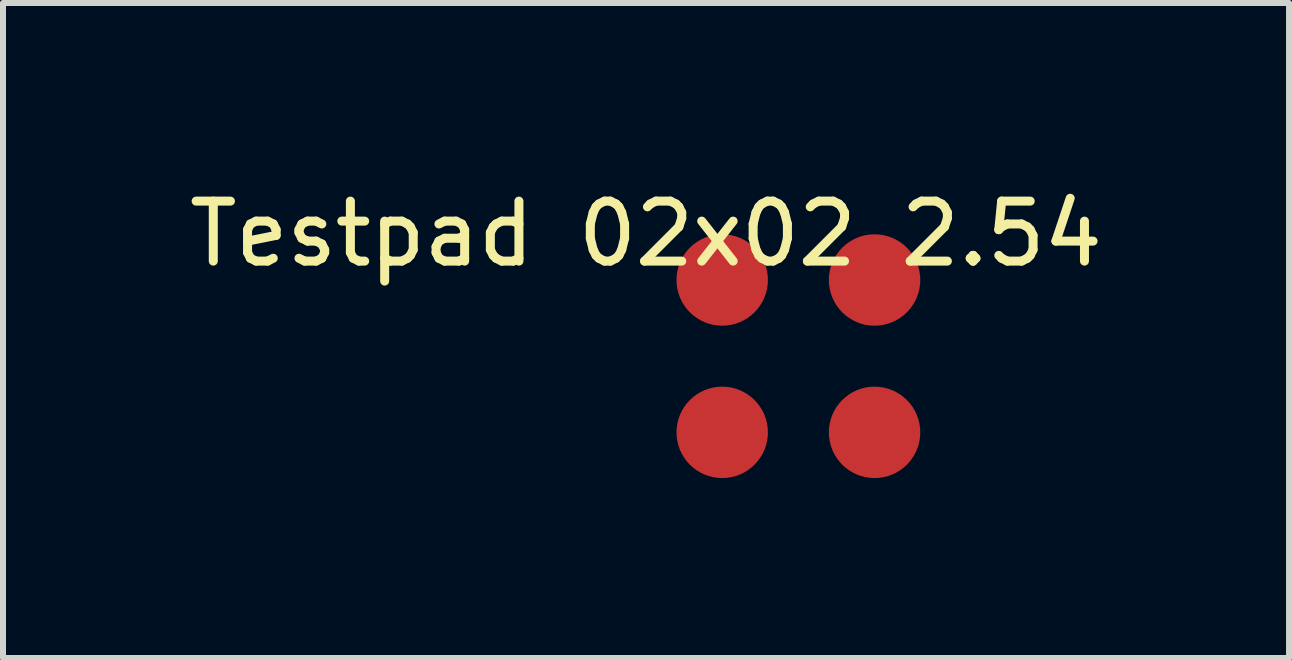
<source format=kicad_pcb>
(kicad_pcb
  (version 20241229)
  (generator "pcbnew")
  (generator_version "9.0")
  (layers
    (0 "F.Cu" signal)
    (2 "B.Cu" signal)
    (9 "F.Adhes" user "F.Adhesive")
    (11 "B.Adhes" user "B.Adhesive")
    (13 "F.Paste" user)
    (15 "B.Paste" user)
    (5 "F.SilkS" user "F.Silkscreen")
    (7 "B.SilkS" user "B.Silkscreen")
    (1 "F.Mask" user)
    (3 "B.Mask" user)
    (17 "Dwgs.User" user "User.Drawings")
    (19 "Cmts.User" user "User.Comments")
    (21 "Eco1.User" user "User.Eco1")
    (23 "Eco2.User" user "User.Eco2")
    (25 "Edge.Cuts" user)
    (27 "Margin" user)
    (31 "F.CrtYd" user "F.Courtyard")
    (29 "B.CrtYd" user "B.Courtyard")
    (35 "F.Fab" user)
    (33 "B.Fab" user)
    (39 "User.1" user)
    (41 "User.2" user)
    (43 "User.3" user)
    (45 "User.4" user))
  (footprint "Testpad 02x02 2.54"
    (layer "F.Cu")
    (at 7.72 0.348)
    (property "Reference" "Testpad 02x02 2.54" (at 0 0.5 0) (layer "F.SilkS") (effects (font (size 1 1) (thickness 0.15))))
    (attr through_hole)
    (pad "1" connect circle (at 1.27 1.27) (size 1.524 1.524) (layers "F.Cu" "F.Mask"))
    (pad "2" connect circle (at 3.81 1.27) (size 1.524 1.524) (layers "F.Cu" "F.Mask"))
    (pad "3" connect circle (at 1.27 3.81) (size 1.524 1.524) (layers "F.Cu" "F.Mask"))
    (pad "4" connect circle (at 3.81 3.81) (size 1.524 1.524) (layers "F.Cu" "F.Mask")))
  (gr_rect
    (start -3 -3)
    (end 18.44 7.92)
    (stroke (width 0.1) (type default))
    (fill no)
    (layer "Edge.Cuts")))
</source>
